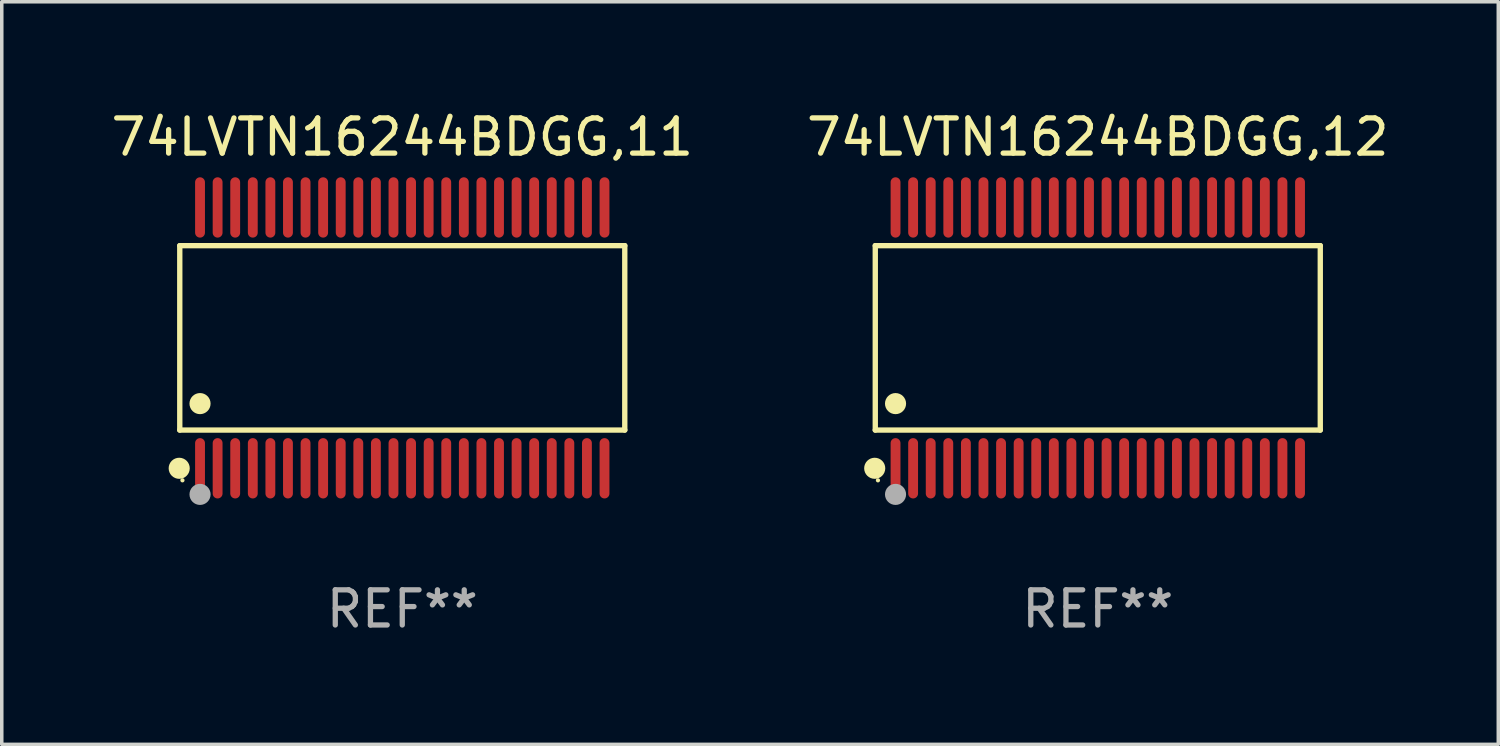
<source format=kicad_pcb>
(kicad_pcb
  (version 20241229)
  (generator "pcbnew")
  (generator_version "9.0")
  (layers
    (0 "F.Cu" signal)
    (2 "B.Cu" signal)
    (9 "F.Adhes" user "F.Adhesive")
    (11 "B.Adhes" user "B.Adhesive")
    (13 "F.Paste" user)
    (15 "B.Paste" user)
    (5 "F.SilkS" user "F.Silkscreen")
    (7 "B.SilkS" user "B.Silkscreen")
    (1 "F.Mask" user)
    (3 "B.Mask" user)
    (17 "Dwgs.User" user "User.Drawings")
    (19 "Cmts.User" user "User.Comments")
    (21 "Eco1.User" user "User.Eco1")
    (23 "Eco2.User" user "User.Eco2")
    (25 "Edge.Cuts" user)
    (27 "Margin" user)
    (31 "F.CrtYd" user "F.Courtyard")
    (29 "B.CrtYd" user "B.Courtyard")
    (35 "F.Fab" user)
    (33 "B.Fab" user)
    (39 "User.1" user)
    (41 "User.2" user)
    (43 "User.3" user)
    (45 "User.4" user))
  (footprint "74LVTN16244BDGG,11"
    (layer "F.Cu")
    (at 8.387 6.556)
    (property "Reference" "74LVTN16244BDGG,11" (at 0 -5.708 0) (layer "F.SilkS") (effects (font (size 1 1) (thickness 0.15))))
    (attr through_hole)
    (fp_line (start -6.326 -2.622) (end 6.326 -2.622) (stroke (width 0.152) (type solid)) (layer "F.SilkS"))
    (fp_line (start -6.326 2.621) (end -6.326 -2.622) (stroke (width 0.152) (type solid)) (layer "F.SilkS"))
    (fp_line (start 6.326 -2.622) (end 6.326 2.621) (stroke (width 0.152) (type solid)) (layer "F.SilkS"))
    (fp_line (start 6.326 2.621) (end -6.326 2.621) (stroke (width 0.152) (type solid)) (layer "F.SilkS"))
    (fp_circle (center -6.342 3.708) (end -6.192 3.708) (stroke (width 0.3) (type solid)) (fill no) (layer "F.SilkS"))
    (fp_circle (center -6.25 4.05) (end -6.22 4.05) (stroke (width 0.06) (type solid)) (fill no) (layer "F.SilkS"))
    (fp_circle (center -5.75 1.869) (end -5.6 1.869) (stroke (width 0.3) (type solid)) (fill no) (layer "F.SilkS"))
    (fp_circle (center -5.75 4.45) (end -5.6 4.45) (stroke (width 0.3) (type solid)) (fill no) (layer "F.Fab"))
    (fp_text user "REF**" (at 0 7.708 0) (layer "F.Fab") (effects (font (size 1 1) (thickness 0.15))))
    (pad "1" smd oval (at -5.75 3.708) (size 0.28 1.715) (layers "F.Cu" "F.Mask" "F.Paste"))
    (pad "2" smd oval (at -5.25 3.708) (size 0.28 1.715) (layers "F.Cu" "F.Mask" "F.Paste"))
    (pad "3" smd oval (at -4.75 3.708) (size 0.28 1.715) (layers "F.Cu" "F.Mask" "F.Paste"))
    (pad "4" smd oval (at -4.25 3.708) (size 0.28 1.715) (layers "F.Cu" "F.Mask" "F.Paste"))
    (pad "5" smd oval (at -3.75 3.708) (size 0.28 1.715) (layers "F.Cu" "F.Mask" "F.Paste"))
    (pad "6" smd oval (at -3.25 3.708) (size 0.28 1.715) (layers "F.Cu" "F.Mask" "F.Paste"))
    (pad "7" smd oval (at -2.75 3.708) (size 0.28 1.715) (layers "F.Cu" "F.Mask" "F.Paste"))
    (pad "8" smd oval (at -2.25 3.708) (size 0.28 1.715) (layers "F.Cu" "F.Mask" "F.Paste"))
    (pad "9" smd oval (at -1.75 3.708) (size 0.28 1.715) (layers "F.Cu" "F.Mask" "F.Paste"))
    (pad "10" smd oval (at -1.25 3.708) (size 0.28 1.715) (layers "F.Cu" "F.Mask" "F.Paste"))
    (pad "11" smd oval (at -0.75 3.708) (size 0.28 1.715) (layers "F.Cu" "F.Mask" "F.Paste"))
    (pad "12" smd oval (at -0.25 3.708) (size 0.28 1.715) (layers "F.Cu" "F.Mask" "F.Paste"))
    (pad "13" smd oval (at 0.25 3.708) (size 0.28 1.715) (layers "F.Cu" "F.Mask" "F.Paste"))
    (pad "14" smd oval (at 0.75 3.708) (size 0.28 1.715) (layers "F.Cu" "F.Mask" "F.Paste"))
    (pad "15" smd oval (at 1.25 3.708) (size 0.28 1.715) (layers "F.Cu" "F.Mask" "F.Paste"))
    (pad "16" smd oval (at 1.75 3.708) (size 0.28 1.715) (layers "F.Cu" "F.Mask" "F.Paste"))
    (pad "17" smd oval (at 2.25 3.708) (size 0.28 1.715) (layers "F.Cu" "F.Mask" "F.Paste"))
    (pad "18" smd oval (at 2.75 3.708) (size 0.28 1.715) (layers "F.Cu" "F.Mask" "F.Paste"))
    (pad "19" smd oval (at 3.25 3.708) (size 0.28 1.715) (layers "F.Cu" "F.Mask" "F.Paste"))
    (pad "20" smd oval (at 3.75 3.708) (size 0.28 1.715) (layers "F.Cu" "F.Mask" "F.Paste"))
    (pad "21" smd oval (at 4.25 3.708) (size 0.28 1.715) (layers "F.Cu" "F.Mask" "F.Paste"))
    (pad "22" smd oval (at 4.75 3.708) (size 0.28 1.715) (layers "F.Cu" "F.Mask" "F.Paste"))
    (pad "23" smd oval (at 5.25 3.708) (size 0.28 1.715) (layers "F.Cu" "F.Mask" "F.Paste"))
    (pad "24" smd oval (at 5.75 3.708) (size 0.28 1.715) (layers "F.Cu" "F.Mask" "F.Paste"))
    (pad "25" smd oval (at 5.75 -3.708) (size 0.28 1.715) (layers "F.Cu" "F.Mask" "F.Paste"))
    (pad "26" smd oval (at 5.25 -3.708) (size 0.28 1.715) (layers "F.Cu" "F.Mask" "F.Paste"))
    (pad "27" smd oval (at 4.75 -3.708) (size 0.28 1.715) (layers "F.Cu" "F.Mask" "F.Paste"))
    (pad "28" smd oval (at 4.25 -3.708) (size 0.28 1.715) (layers "F.Cu" "F.Mask" "F.Paste"))
    (pad "29" smd oval (at 3.75 -3.708) (size 0.28 1.715) (layers "F.Cu" "F.Mask" "F.Paste"))
    (pad "30" smd oval (at 3.25 -3.708) (size 0.28 1.715) (layers "F.Cu" "F.Mask" "F.Paste"))
    (pad "31" smd oval (at 2.75 -3.708) (size 0.28 1.715) (layers "F.Cu" "F.Mask" "F.Paste"))
    (pad "32" smd oval (at 2.25 -3.708) (size 0.28 1.715) (layers "F.Cu" "F.Mask" "F.Paste"))
    (pad "33" smd oval (at 1.75 -3.708) (size 0.28 1.715) (layers "F.Cu" "F.Mask" "F.Paste"))
    (pad "34" smd oval (at 1.25 -3.708) (size 0.28 1.715) (layers "F.Cu" "F.Mask" "F.Paste"))
    (pad "35" smd oval (at 0.75 -3.708) (size 0.28 1.715) (layers "F.Cu" "F.Mask" "F.Paste"))
    (pad "36" smd oval (at 0.25 -3.708) (size 0.28 1.715) (layers "F.Cu" "F.Mask" "F.Paste"))
    (pad "37" smd oval (at -0.25 -3.708) (size 0.28 1.715) (layers "F.Cu" "F.Mask" "F.Paste"))
    (pad "38" smd oval (at -0.75 -3.708) (size 0.28 1.715) (layers "F.Cu" "F.Mask" "F.Paste"))
    (pad "39" smd oval (at -1.25 -3.708) (size 0.28 1.715) (layers "F.Cu" "F.Mask" "F.Paste"))
    (pad "40" smd oval (at -1.75 -3.708) (size 0.28 1.715) (layers "F.Cu" "F.Mask" "F.Paste"))
    (pad "41" smd oval (at -2.25 -3.708) (size 0.28 1.715) (layers "F.Cu" "F.Mask" "F.Paste"))
    (pad "42" smd oval (at -2.75 -3.708) (size 0.28 1.715) (layers "F.Cu" "F.Mask" "F.Paste"))
    (pad "43" smd oval (at -3.25 -3.708) (size 0.28 1.715) (layers "F.Cu" "F.Mask" "F.Paste"))
    (pad "44" smd oval (at -3.75 -3.708) (size 0.28 1.715) (layers "F.Cu" "F.Mask" "F.Paste"))
    (pad "45" smd oval (at -4.25 -3.708) (size 0.28 1.715) (layers "F.Cu" "F.Mask" "F.Paste"))
    (pad "46" smd oval (at -4.75 -3.708) (size 0.28 1.715) (layers "F.Cu" "F.Mask" "F.Paste"))
    (pad "47" smd oval (at -5.25 -3.708) (size 0.28 1.715) (layers "F.Cu" "F.Mask" "F.Paste"))
    (pad "48" smd oval (at -5.75 -3.708) (size 0.28 1.715) (layers "F.Cu" "F.Mask" "F.Paste")))
  (footprint "74LVTN16244BDGG,12"
    (layer "F.Cu")
    (at 28.161 6.556)
    (property "Reference" "74LVTN16244BDGG,12" (at 0 -5.708 0) (layer "F.SilkS") (effects (font (size 1 1) (thickness 0.15))))
    (attr through_hole)
    (fp_line (start -6.326 -2.622) (end 6.326 -2.622) (stroke (width 0.152) (type solid)) (layer "F.SilkS"))
    (fp_line (start -6.326 2.621) (end -6.326 -2.622) (stroke (width 0.152) (type solid)) (layer "F.SilkS"))
    (fp_line (start 6.326 -2.622) (end 6.326 2.621) (stroke (width 0.152) (type solid)) (layer "F.SilkS"))
    (fp_line (start 6.326 2.621) (end -6.326 2.621) (stroke (width 0.152) (type solid)) (layer "F.SilkS"))
    (fp_circle (center -6.342 3.708) (end -6.192 3.708) (stroke (width 0.3) (type solid)) (fill no) (layer "F.SilkS"))
    (fp_circle (center -6.25 4.05) (end -6.22 4.05) (stroke (width 0.06) (type solid)) (fill no) (layer "F.SilkS"))
    (fp_circle (center -5.75 1.869) (end -5.6 1.869) (stroke (width 0.3) (type solid)) (fill no) (layer "F.SilkS"))
    (fp_circle (center -5.75 4.45) (end -5.6 4.45) (stroke (width 0.3) (type solid)) (fill no) (layer "F.Fab"))
    (fp_text user "REF**" (at 0 7.708 0) (layer "F.Fab") (effects (font (size 1 1) (thickness 0.15))))
    (pad "1" smd oval (at -5.75 3.708) (size 0.28 1.715) (layers "F.Cu" "F.Mask" "F.Paste"))
    (pad "2" smd oval (at -5.25 3.708) (size 0.28 1.715) (layers "F.Cu" "F.Mask" "F.Paste"))
    (pad "3" smd oval (at -4.75 3.708) (size 0.28 1.715) (layers "F.Cu" "F.Mask" "F.Paste"))
    (pad "4" smd oval (at -4.25 3.708) (size 0.28 1.715) (layers "F.Cu" "F.Mask" "F.Paste"))
    (pad "5" smd oval (at -3.75 3.708) (size 0.28 1.715) (layers "F.Cu" "F.Mask" "F.Paste"))
    (pad "6" smd oval (at -3.25 3.708) (size 0.28 1.715) (layers "F.Cu" "F.Mask" "F.Paste"))
    (pad "7" smd oval (at -2.75 3.708) (size 0.28 1.715) (layers "F.Cu" "F.Mask" "F.Paste"))
    (pad "8" smd oval (at -2.25 3.708) (size 0.28 1.715) (layers "F.Cu" "F.Mask" "F.Paste"))
    (pad "9" smd oval (at -1.75 3.708) (size 0.28 1.715) (layers "F.Cu" "F.Mask" "F.Paste"))
    (pad "10" smd oval (at -1.25 3.708) (size 0.28 1.715) (layers "F.Cu" "F.Mask" "F.Paste"))
    (pad "11" smd oval (at -0.75 3.708) (size 0.28 1.715) (layers "F.Cu" "F.Mask" "F.Paste"))
    (pad "12" smd oval (at -0.25 3.708) (size 0.28 1.715) (layers "F.Cu" "F.Mask" "F.Paste"))
    (pad "13" smd oval (at 0.25 3.708) (size 0.28 1.715) (layers "F.Cu" "F.Mask" "F.Paste"))
    (pad "14" smd oval (at 0.75 3.708) (size 0.28 1.715) (layers "F.Cu" "F.Mask" "F.Paste"))
    (pad "15" smd oval (at 1.25 3.708) (size 0.28 1.715) (layers "F.Cu" "F.Mask" "F.Paste"))
    (pad "16" smd oval (at 1.75 3.708) (size 0.28 1.715) (layers "F.Cu" "F.Mask" "F.Paste"))
    (pad "17" smd oval (at 2.25 3.708) (size 0.28 1.715) (layers "F.Cu" "F.Mask" "F.Paste"))
    (pad "18" smd oval (at 2.75 3.708) (size 0.28 1.715) (layers "F.Cu" "F.Mask" "F.Paste"))
    (pad "19" smd oval (at 3.25 3.708) (size 0.28 1.715) (layers "F.Cu" "F.Mask" "F.Paste"))
    (pad "20" smd oval (at 3.75 3.708) (size 0.28 1.715) (layers "F.Cu" "F.Mask" "F.Paste"))
    (pad "21" smd oval (at 4.25 3.708) (size 0.28 1.715) (layers "F.Cu" "F.Mask" "F.Paste"))
    (pad "22" smd oval (at 4.75 3.708) (size 0.28 1.715) (layers "F.Cu" "F.Mask" "F.Paste"))
    (pad "23" smd oval (at 5.25 3.708) (size 0.28 1.715) (layers "F.Cu" "F.Mask" "F.Paste"))
    (pad "24" smd oval (at 5.75 3.708) (size 0.28 1.715) (layers "F.Cu" "F.Mask" "F.Paste"))
    (pad "25" smd oval (at 5.75 -3.708) (size 0.28 1.715) (layers "F.Cu" "F.Mask" "F.Paste"))
    (pad "26" smd oval (at 5.25 -3.708) (size 0.28 1.715) (layers "F.Cu" "F.Mask" "F.Paste"))
    (pad "27" smd oval (at 4.75 -3.708) (size 0.28 1.715) (layers "F.Cu" "F.Mask" "F.Paste"))
    (pad "28" smd oval (at 4.25 -3.708) (size 0.28 1.715) (layers "F.Cu" "F.Mask" "F.Paste"))
    (pad "29" smd oval (at 3.75 -3.708) (size 0.28 1.715) (layers "F.Cu" "F.Mask" "F.Paste"))
    (pad "30" smd oval (at 3.25 -3.708) (size 0.28 1.715) (layers "F.Cu" "F.Mask" "F.Paste"))
    (pad "31" smd oval (at 2.75 -3.708) (size 0.28 1.715) (layers "F.Cu" "F.Mask" "F.Paste"))
    (pad "32" smd oval (at 2.25 -3.708) (size 0.28 1.715) (layers "F.Cu" "F.Mask" "F.Paste"))
    (pad "33" smd oval (at 1.75 -3.708) (size 0.28 1.715) (layers "F.Cu" "F.Mask" "F.Paste"))
    (pad "34" smd oval (at 1.25 -3.708) (size 0.28 1.715) (layers "F.Cu" "F.Mask" "F.Paste"))
    (pad "35" smd oval (at 0.75 -3.708) (size 0.28 1.715) (layers "F.Cu" "F.Mask" "F.Paste"))
    (pad "36" smd oval (at 0.25 -3.708) (size 0.28 1.715) (layers "F.Cu" "F.Mask" "F.Paste"))
    (pad "37" smd oval (at -0.25 -3.708) (size 0.28 1.715) (layers "F.Cu" "F.Mask" "F.Paste"))
    (pad "38" smd oval (at -0.75 -3.708) (size 0.28 1.715) (layers "F.Cu" "F.Mask" "F.Paste"))
    (pad "39" smd oval (at -1.25 -3.708) (size 0.28 1.715) (layers "F.Cu" "F.Mask" "F.Paste"))
    (pad "40" smd oval (at -1.75 -3.708) (size 0.28 1.715) (layers "F.Cu" "F.Mask" "F.Paste"))
    (pad "41" smd oval (at -2.25 -3.708) (size 0.28 1.715) (layers "F.Cu" "F.Mask" "F.Paste"))
    (pad "42" smd oval (at -2.75 -3.708) (size 0.28 1.715) (layers "F.Cu" "F.Mask" "F.Paste"))
    (pad "43" smd oval (at -3.25 -3.708) (size 0.28 1.715) (layers "F.Cu" "F.Mask" "F.Paste"))
    (pad "44" smd oval (at -3.75 -3.708) (size 0.28 1.715) (layers "F.Cu" "F.Mask" "F.Paste"))
    (pad "45" smd oval (at -4.25 -3.708) (size 0.28 1.715) (layers "F.Cu" "F.Mask" "F.Paste"))
    (pad "46" smd oval (at -4.75 -3.708) (size 0.28 1.715) (layers "F.Cu" "F.Mask" "F.Paste"))
    (pad "47" smd oval (at -5.25 -3.708) (size 0.28 1.715) (layers "F.Cu" "F.Mask" "F.Paste"))
    (pad "48" smd oval (at -5.75 -3.708) (size 0.28 1.715) (layers "F.Cu" "F.Mask" "F.Paste")))
  (gr_rect
    (start -3 -3)
    (end 39.548 18.112)
    (stroke (width 0.1) (type default))
    (fill no)
    (layer "Edge.Cuts")))
</source>
